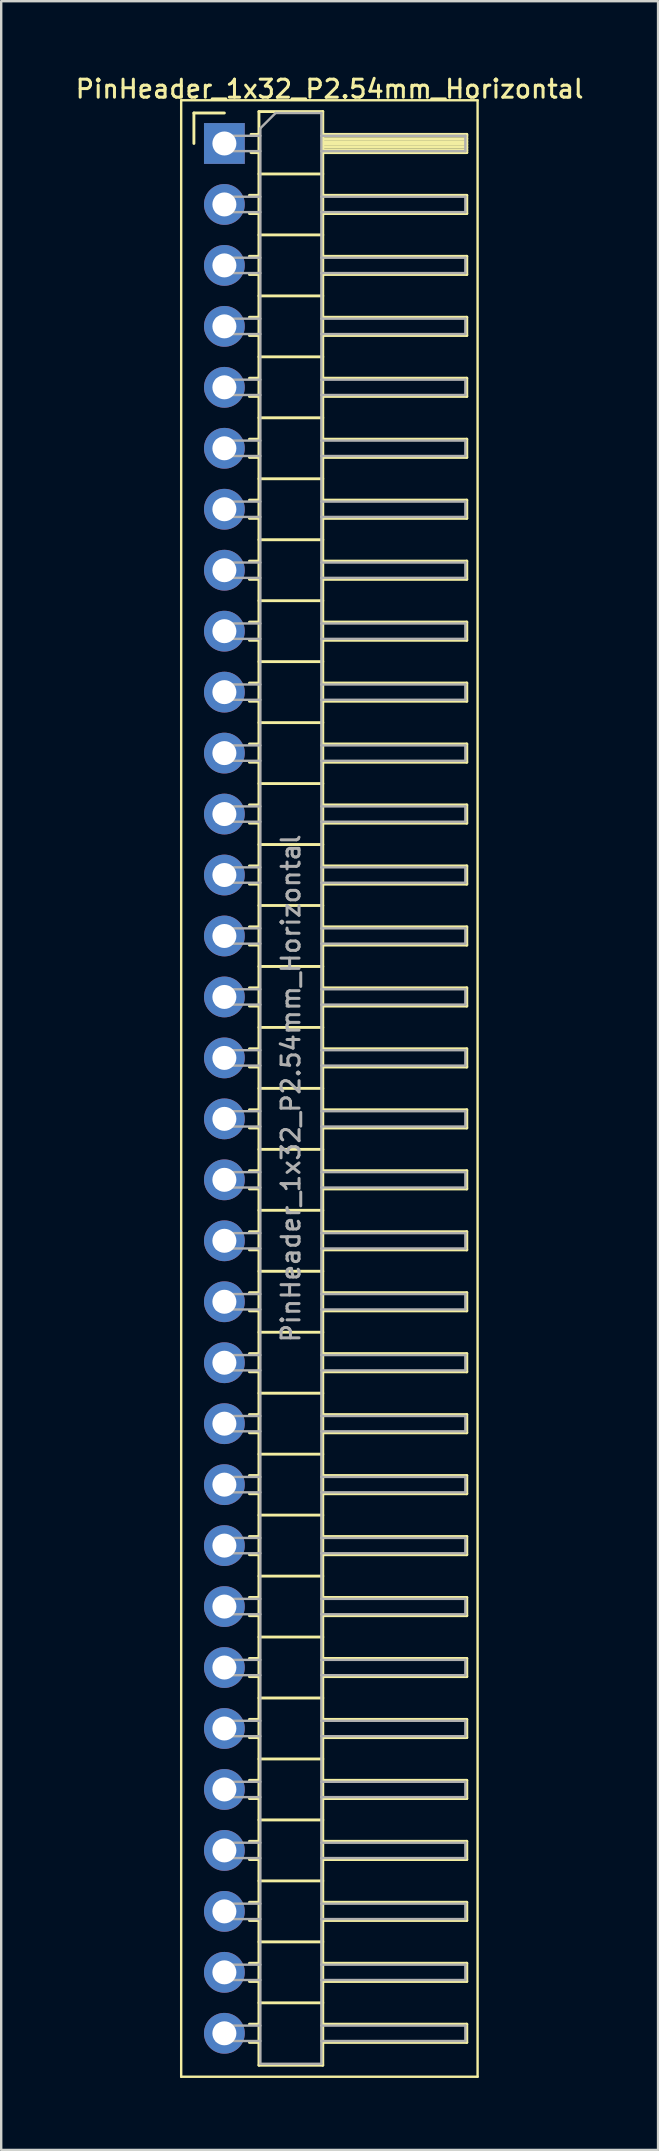
<source format=kicad_pcb>
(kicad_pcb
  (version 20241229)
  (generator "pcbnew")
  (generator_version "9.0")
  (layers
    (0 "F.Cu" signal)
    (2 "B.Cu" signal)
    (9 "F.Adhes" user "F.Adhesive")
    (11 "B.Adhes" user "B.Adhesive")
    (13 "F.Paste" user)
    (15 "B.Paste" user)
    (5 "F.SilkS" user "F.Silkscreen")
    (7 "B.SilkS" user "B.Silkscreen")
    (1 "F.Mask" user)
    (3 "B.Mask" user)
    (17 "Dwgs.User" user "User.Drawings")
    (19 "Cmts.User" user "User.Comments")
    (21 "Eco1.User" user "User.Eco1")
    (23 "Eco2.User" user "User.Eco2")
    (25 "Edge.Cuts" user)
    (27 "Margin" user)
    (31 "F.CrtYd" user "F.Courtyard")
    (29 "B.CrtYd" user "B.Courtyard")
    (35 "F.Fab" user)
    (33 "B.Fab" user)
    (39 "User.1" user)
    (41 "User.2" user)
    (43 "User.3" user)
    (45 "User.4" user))
  (footprint "PinHeader_1x32_P2.54mm_Horizontal"
    (layer "F.Cu")
    (at 6.299 2.928)
    (property "Reference" "PinHeader_1x32_P2.54mm_Horizontal" (at 4.385 -2.27 0) (layer "F.SilkS") (effects (font (size 0.75 0.75) (thickness 0.125))))
    (attr through_hole)
    (fp_line (start -1.8 -1.8) (end -1.8 80.55) (stroke (width 0.1) (type solid)) (layer "F.SilkS"))
    (fp_line (start -1.8 80.55) (end 10.55 80.55) (stroke (width 0.1) (type solid)) (layer "F.SilkS"))
    (fp_line (start -1.27 -1.27) (end 0 -1.27) (stroke (width 0.12) (type solid)) (layer "F.SilkS"))
    (fp_line (start -1.27 0) (end -1.27 -1.27) (stroke (width 0.12) (type solid)) (layer "F.SilkS"))
    (fp_line (start 1.043 2.16) (end 1.44 2.16) (stroke (width 0.12) (type solid)) (layer "F.SilkS"))
    (fp_line (start 1.043 2.92) (end 1.44 2.92) (stroke (width 0.12) (type solid)) (layer "F.SilkS"))
    (fp_line (start 1.043 4.7) (end 1.44 4.7) (stroke (width 0.12) (type solid)) (layer "F.SilkS"))
    (fp_line (start 1.043 5.46) (end 1.44 5.46) (stroke (width 0.12) (type solid)) (layer "F.SilkS"))
    (fp_line (start 1.043 7.24) (end 1.44 7.24) (stroke (width 0.12) (type solid)) (layer "F.SilkS"))
    (fp_line (start 1.043 8) (end 1.44 8) (stroke (width 0.12) (type solid)) (layer "F.SilkS"))
    (fp_line (start 1.043 9.78) (end 1.44 9.78) (stroke (width 0.12) (type solid)) (layer "F.SilkS"))
    (fp_line (start 1.043 10.54) (end 1.44 10.54) (stroke (width 0.12) (type solid)) (layer "F.SilkS"))
    (fp_line (start 1.043 12.32) (end 1.44 12.32) (stroke (width 0.12) (type solid)) (layer "F.SilkS"))
    (fp_line (start 1.043 13.08) (end 1.44 13.08) (stroke (width 0.12) (type solid)) (layer "F.SilkS"))
    (fp_line (start 1.043 14.86) (end 1.44 14.86) (stroke (width 0.12) (type solid)) (layer "F.SilkS"))
    (fp_line (start 1.043 15.62) (end 1.44 15.62) (stroke (width 0.12) (type solid)) (layer "F.SilkS"))
    (fp_line (start 1.043 17.4) (end 1.44 17.4) (stroke (width 0.12) (type solid)) (layer "F.SilkS"))
    (fp_line (start 1.043 18.16) (end 1.44 18.16) (stroke (width 0.12) (type solid)) (layer "F.SilkS"))
    (fp_line (start 1.043 19.94) (end 1.44 19.94) (stroke (width 0.12) (type solid)) (layer "F.SilkS"))
    (fp_line (start 1.043 20.7) (end 1.44 20.7) (stroke (width 0.12) (type solid)) (layer "F.SilkS"))
    (fp_line (start 1.043 22.48) (end 1.44 22.48) (stroke (width 0.12) (type solid)) (layer "F.SilkS"))
    (fp_line (start 1.043 23.24) (end 1.44 23.24) (stroke (width 0.12) (type solid)) (layer "F.SilkS"))
    (fp_line (start 1.043 25.02) (end 1.44 25.02) (stroke (width 0.12) (type solid)) (layer "F.SilkS"))
    (fp_line (start 1.043 25.78) (end 1.44 25.78) (stroke (width 0.12) (type solid)) (layer "F.SilkS"))
    (fp_line (start 1.043 27.56) (end 1.44 27.56) (stroke (width 0.12) (type solid)) (layer "F.SilkS"))
    (fp_line (start 1.043 28.32) (end 1.44 28.32) (stroke (width 0.12) (type solid)) (layer "F.SilkS"))
    (fp_line (start 1.043 30.1) (end 1.44 30.1) (stroke (width 0.12) (type solid)) (layer "F.SilkS"))
    (fp_line (start 1.043 30.86) (end 1.44 30.86) (stroke (width 0.12) (type solid)) (layer "F.SilkS"))
    (fp_line (start 1.043 32.64) (end 1.44 32.64) (stroke (width 0.12) (type solid)) (layer "F.SilkS"))
    (fp_line (start 1.043 33.4) (end 1.44 33.4) (stroke (width 0.12) (type solid)) (layer "F.SilkS"))
    (fp_line (start 1.043 35.18) (end 1.44 35.18) (stroke (width 0.12) (type solid)) (layer "F.SilkS"))
    (fp_line (start 1.043 35.94) (end 1.44 35.94) (stroke (width 0.12) (type solid)) (layer "F.SilkS"))
    (fp_line (start 1.043 37.72) (end 1.44 37.72) (stroke (width 0.12) (type solid)) (layer "F.SilkS"))
    (fp_line (start 1.043 38.48) (end 1.44 38.48) (stroke (width 0.12) (type solid)) (layer "F.SilkS"))
    (fp_line (start 1.043 40.26) (end 1.44 40.26) (stroke (width 0.12) (type solid)) (layer "F.SilkS"))
    (fp_line (start 1.043 41.02) (end 1.44 41.02) (stroke (width 0.12) (type solid)) (layer "F.SilkS"))
    (fp_line (start 1.043 42.8) (end 1.44 42.8) (stroke (width 0.12) (type solid)) (layer "F.SilkS"))
    (fp_line (start 1.043 43.56) (end 1.44 43.56) (stroke (width 0.12) (type solid)) (layer "F.SilkS"))
    (fp_line (start 1.043 45.34) (end 1.44 45.34) (stroke (width 0.12) (type solid)) (layer "F.SilkS"))
    (fp_line (start 1.043 46.1) (end 1.44 46.1) (stroke (width 0.12) (type solid)) (layer "F.SilkS"))
    (fp_line (start 1.043 47.88) (end 1.44 47.88) (stroke (width 0.12) (type solid)) (layer "F.SilkS"))
    (fp_line (start 1.043 48.64) (end 1.44 48.64) (stroke (width 0.12) (type solid)) (layer "F.SilkS"))
    (fp_line (start 1.043 50.42) (end 1.44 50.42) (stroke (width 0.12) (type solid)) (layer "F.SilkS"))
    (fp_line (start 1.043 51.18) (end 1.44 51.18) (stroke (width 0.12) (type solid)) (layer "F.SilkS"))
    (fp_line (start 1.043 52.96) (end 1.44 52.96) (stroke (width 0.12) (type solid)) (layer "F.SilkS"))
    (fp_line (start 1.043 53.72) (end 1.44 53.72) (stroke (width 0.12) (type solid)) (layer "F.SilkS"))
    (fp_line (start 1.043 55.5) (end 1.44 55.5) (stroke (width 0.12) (type solid)) (layer "F.SilkS"))
    (fp_line (start 1.043 56.26) (end 1.44 56.26) (stroke (width 0.12) (type solid)) (layer "F.SilkS"))
    (fp_line (start 1.043 58.04) (end 1.44 58.04) (stroke (width 0.12) (type solid)) (layer "F.SilkS"))
    (fp_line (start 1.043 58.8) (end 1.44 58.8) (stroke (width 0.12) (type solid)) (layer "F.SilkS"))
    (fp_line (start 1.043 60.58) (end 1.44 60.58) (stroke (width 0.12) (type solid)) (layer "F.SilkS"))
    (fp_line (start 1.043 61.34) (end 1.44 61.34) (stroke (width 0.12) (type solid)) (layer "F.SilkS"))
    (fp_line (start 1.043 63.12) (end 1.44 63.12) (stroke (width 0.12) (type solid)) (layer "F.SilkS"))
    (fp_line (start 1.043 63.88) (end 1.44 63.88) (stroke (width 0.12) (type solid)) (layer "F.SilkS"))
    (fp_line (start 1.043 65.66) (end 1.44 65.66) (stroke (width 0.12) (type solid)) (layer "F.SilkS"))
    (fp_line (start 1.043 66.42) (end 1.44 66.42) (stroke (width 0.12) (type solid)) (layer "F.SilkS"))
    (fp_line (start 1.043 68.2) (end 1.44 68.2) (stroke (width 0.12) (type solid)) (layer "F.SilkS"))
    (fp_line (start 1.043 68.96) (end 1.44 68.96) (stroke (width 0.12) (type solid)) (layer "F.SilkS"))
    (fp_line (start 1.043 70.74) (end 1.44 70.74) (stroke (width 0.12) (type solid)) (layer "F.SilkS"))
    (fp_line (start 1.043 71.5) (end 1.44 71.5) (stroke (width 0.12) (type solid)) (layer "F.SilkS"))
    (fp_line (start 1.043 73.28) (end 1.44 73.28) (stroke (width 0.12) (type solid)) (layer "F.SilkS"))
    (fp_line (start 1.043 74.04) (end 1.44 74.04) (stroke (width 0.12) (type solid)) (layer "F.SilkS"))
    (fp_line (start 1.043 75.82) (end 1.44 75.82) (stroke (width 0.12) (type solid)) (layer "F.SilkS"))
    (fp_line (start 1.043 76.58) (end 1.44 76.58) (stroke (width 0.12) (type solid)) (layer "F.SilkS"))
    (fp_line (start 1.043 78.36) (end 1.44 78.36) (stroke (width 0.12) (type solid)) (layer "F.SilkS"))
    (fp_line (start 1.043 79.12) (end 1.44 79.12) (stroke (width 0.12) (type solid)) (layer "F.SilkS"))
    (fp_line (start 1.11 -0.38) (end 1.44 -0.38) (stroke (width 0.12) (type solid)) (layer "F.SilkS"))
    (fp_line (start 1.11 0.38) (end 1.44 0.38) (stroke (width 0.12) (type solid)) (layer "F.SilkS"))
    (fp_line (start 1.44 -1.33) (end 1.44 80.07) (stroke (width 0.12) (type solid)) (layer "F.SilkS"))
    (fp_line (start 1.44 1.27) (end 4.1 1.27) (stroke (width 0.12) (type solid)) (layer "F.SilkS"))
    (fp_line (start 1.44 3.81) (end 4.1 3.81) (stroke (width 0.12) (type solid)) (layer "F.SilkS"))
    (fp_line (start 1.44 6.35) (end 4.1 6.35) (stroke (width 0.12) (type solid)) (layer "F.SilkS"))
    (fp_line (start 1.44 8.89) (end 4.1 8.89) (stroke (width 0.12) (type solid)) (layer "F.SilkS"))
    (fp_line (start 1.44 11.43) (end 4.1 11.43) (stroke (width 0.12) (type solid)) (layer "F.SilkS"))
    (fp_line (start 1.44 13.97) (end 4.1 13.97) (stroke (width 0.12) (type solid)) (layer "F.SilkS"))
    (fp_line (start 1.44 16.51) (end 4.1 16.51) (stroke (width 0.12) (type solid)) (layer "F.SilkS"))
    (fp_line (start 1.44 19.05) (end 4.1 19.05) (stroke (width 0.12) (type solid)) (layer "F.SilkS"))
    (fp_line (start 1.44 21.59) (end 4.1 21.59) (stroke (width 0.12) (type solid)) (layer "F.SilkS"))
    (fp_line (start 1.44 24.13) (end 4.1 24.13) (stroke (width 0.12) (type solid)) (layer "F.SilkS"))
    (fp_line (start 1.44 26.67) (end 4.1 26.67) (stroke (width 0.12) (type solid)) (layer "F.SilkS"))
    (fp_line (start 1.44 29.21) (end 4.1 29.21) (stroke (width 0.12) (type solid)) (layer "F.SilkS"))
    (fp_line (start 1.44 31.75) (end 4.1 31.75) (stroke (width 0.12) (type solid)) (layer "F.SilkS"))
    (fp_line (start 1.44 34.29) (end 4.1 34.29) (stroke (width 0.12) (type solid)) (layer "F.SilkS"))
    (fp_line (start 1.44 36.83) (end 4.1 36.83) (stroke (width 0.12) (type solid)) (layer "F.SilkS"))
    (fp_line (start 1.44 39.37) (end 4.1 39.37) (stroke (width 0.12) (type solid)) (layer "F.SilkS"))
    (fp_line (start 1.44 41.91) (end 4.1 41.91) (stroke (width 0.12) (type solid)) (layer "F.SilkS"))
    (fp_line (start 1.44 44.45) (end 4.1 44.45) (stroke (width 0.12) (type solid)) (layer "F.SilkS"))
    (fp_line (start 1.44 46.99) (end 4.1 46.99) (stroke (width 0.12) (type solid)) (layer "F.SilkS"))
    (fp_line (start 1.44 49.53) (end 4.1 49.53) (stroke (width 0.12) (type solid)) (layer "F.SilkS"))
    (fp_line (start 1.44 52.07) (end 4.1 52.07) (stroke (width 0.12) (type solid)) (layer "F.SilkS"))
    (fp_line (start 1.44 54.61) (end 4.1 54.61) (stroke (width 0.12) (type solid)) (layer "F.SilkS"))
    (fp_line (start 1.44 57.15) (end 4.1 57.15) (stroke (width 0.12) (type solid)) (layer "F.SilkS"))
    (fp_line (start 1.44 59.69) (end 4.1 59.69) (stroke (width 0.12) (type solid)) (layer "F.SilkS"))
    (fp_line (start 1.44 62.23) (end 4.1 62.23) (stroke (width 0.12) (type solid)) (layer "F.SilkS"))
    (fp_line (start 1.44 64.77) (end 4.1 64.77) (stroke (width 0.12) (type solid)) (layer "F.SilkS"))
    (fp_line (start 1.44 67.31) (end 4.1 67.31) (stroke (width 0.12) (type solid)) (layer "F.SilkS"))
    (fp_line (start 1.44 69.85) (end 4.1 69.85) (stroke (width 0.12) (type solid)) (layer "F.SilkS"))
    (fp_line (start 1.44 72.39) (end 4.1 72.39) (stroke (width 0.12) (type solid)) (layer "F.SilkS"))
    (fp_line (start 1.44 74.93) (end 4.1 74.93) (stroke (width 0.12) (type solid)) (layer "F.SilkS"))
    (fp_line (start 1.44 77.47) (end 4.1 77.47) (stroke (width 0.12) (type solid)) (layer "F.SilkS"))
    (fp_line (start 1.44 80.07) (end 4.1 80.07) (stroke (width 0.12) (type solid)) (layer "F.SilkS"))
    (fp_line (start 4.1 -1.33) (end 1.44 -1.33) (stroke (width 0.12) (type solid)) (layer "F.SilkS"))
    (fp_line (start 4.1 -0.38) (end 10.1 -0.38) (stroke (width 0.12) (type solid)) (layer "F.SilkS"))
    (fp_line (start 4.1 -0.32) (end 10.1 -0.32) (stroke (width 0.12) (type solid)) (layer "F.SilkS"))
    (fp_line (start 4.1 -0.2) (end 10.1 -0.2) (stroke (width 0.12) (type solid)) (layer "F.SilkS"))
    (fp_line (start 4.1 -0.08) (end 10.1 -0.08) (stroke (width 0.12) (type solid)) (layer "F.SilkS"))
    (fp_line (start 4.1 0.04) (end 10.1 0.04) (stroke (width 0.12) (type solid)) (layer "F.SilkS"))
    (fp_line (start 4.1 0.16) (end 10.1 0.16) (stroke (width 0.12) (type solid)) (layer "F.SilkS"))
    (fp_line (start 4.1 0.28) (end 10.1 0.28) (stroke (width 0.12) (type solid)) (layer "F.SilkS"))
    (fp_line (start 4.1 2.16) (end 10.1 2.16) (stroke (width 0.12) (type solid)) (layer "F.SilkS"))
    (fp_line (start 4.1 4.7) (end 10.1 4.7) (stroke (width 0.12) (type solid)) (layer "F.SilkS"))
    (fp_line (start 4.1 7.24) (end 10.1 7.24) (stroke (width 0.12) (type solid)) (layer "F.SilkS"))
    (fp_line (start 4.1 9.78) (end 10.1 9.78) (stroke (width 0.12) (type solid)) (layer "F.SilkS"))
    (fp_line (start 4.1 12.32) (end 10.1 12.32) (stroke (width 0.12) (type solid)) (layer "F.SilkS"))
    (fp_line (start 4.1 14.86) (end 10.1 14.86) (stroke (width 0.12) (type solid)) (layer "F.SilkS"))
    (fp_line (start 4.1 17.4) (end 10.1 17.4) (stroke (width 0.12) (type solid)) (layer "F.SilkS"))
    (fp_line (start 4.1 19.94) (end 10.1 19.94) (stroke (width 0.12) (type solid)) (layer "F.SilkS"))
    (fp_line (start 4.1 22.48) (end 10.1 22.48) (stroke (width 0.12) (type solid)) (layer "F.SilkS"))
    (fp_line (start 4.1 25.02) (end 10.1 25.02) (stroke (width 0.12) (type solid)) (layer "F.SilkS"))
    (fp_line (start 4.1 27.56) (end 10.1 27.56) (stroke (width 0.12) (type solid)) (layer "F.SilkS"))
    (fp_line (start 4.1 30.1) (end 10.1 30.1) (stroke (width 0.12) (type solid)) (layer "F.SilkS"))
    (fp_line (start 4.1 32.64) (end 10.1 32.64) (stroke (width 0.12) (type solid)) (layer "F.SilkS"))
    (fp_line (start 4.1 35.18) (end 10.1 35.18) (stroke (width 0.12) (type solid)) (layer "F.SilkS"))
    (fp_line (start 4.1 37.72) (end 10.1 37.72) (stroke (width 0.12) (type solid)) (layer "F.SilkS"))
    (fp_line (start 4.1 40.26) (end 10.1 40.26) (stroke (width 0.12) (type solid)) (layer "F.SilkS"))
    (fp_line (start 4.1 42.8) (end 10.1 42.8) (stroke (width 0.12) (type solid)) (layer "F.SilkS"))
    (fp_line (start 4.1 45.34) (end 10.1 45.34) (stroke (width 0.12) (type solid)) (layer "F.SilkS"))
    (fp_line (start 4.1 47.88) (end 10.1 47.88) (stroke (width 0.12) (type solid)) (layer "F.SilkS"))
    (fp_line (start 4.1 50.42) (end 10.1 50.42) (stroke (width 0.12) (type solid)) (layer "F.SilkS"))
    (fp_line (start 4.1 52.96) (end 10.1 52.96) (stroke (width 0.12) (type solid)) (layer "F.SilkS"))
    (fp_line (start 4.1 55.5) (end 10.1 55.5) (stroke (width 0.12) (type solid)) (layer "F.SilkS"))
    (fp_line (start 4.1 58.04) (end 10.1 58.04) (stroke (width 0.12) (type solid)) (layer "F.SilkS"))
    (fp_line (start 4.1 60.58) (end 10.1 60.58) (stroke (width 0.12) (type solid)) (layer "F.SilkS"))
    (fp_line (start 4.1 63.12) (end 10.1 63.12) (stroke (width 0.12) (type solid)) (layer "F.SilkS"))
    (fp_line (start 4.1 65.66) (end 10.1 65.66) (stroke (width 0.12) (type solid)) (layer "F.SilkS"))
    (fp_line (start 4.1 68.2) (end 10.1 68.2) (stroke (width 0.12) (type solid)) (layer "F.SilkS"))
    (fp_line (start 4.1 70.74) (end 10.1 70.74) (stroke (width 0.12) (type solid)) (layer "F.SilkS"))
    (fp_line (start 4.1 73.28) (end 10.1 73.28) (stroke (width 0.12) (type solid)) (layer "F.SilkS"))
    (fp_line (start 4.1 75.82) (end 10.1 75.82) (stroke (width 0.12) (type solid)) (layer "F.SilkS"))
    (fp_line (start 4.1 78.36) (end 10.1 78.36) (stroke (width 0.12) (type solid)) (layer "F.SilkS"))
    (fp_line (start 4.1 80.07) (end 4.1 -1.33) (stroke (width 0.12) (type solid)) (layer "F.SilkS"))
    (fp_line (start 10.1 -0.38) (end 10.1 0.38) (stroke (width 0.12) (type solid)) (layer "F.SilkS"))
    (fp_line (start 10.1 0.38) (end 4.1 0.38) (stroke (width 0.12) (type solid)) (layer "F.SilkS"))
    (fp_line (start 10.1 2.16) (end 10.1 2.92) (stroke (width 0.12) (type solid)) (layer "F.SilkS"))
    (fp_line (start 10.1 2.92) (end 4.1 2.92) (stroke (width 0.12) (type solid)) (layer "F.SilkS"))
    (fp_line (start 10.1 4.7) (end 10.1 5.46) (stroke (width 0.12) (type solid)) (layer "F.SilkS"))
    (fp_line (start 10.1 5.46) (end 4.1 5.46) (stroke (width 0.12) (type solid)) (layer "F.SilkS"))
    (fp_line (start 10.1 7.24) (end 10.1 8) (stroke (width 0.12) (type solid)) (layer "F.SilkS"))
    (fp_line (start 10.1 8) (end 4.1 8) (stroke (width 0.12) (type solid)) (layer "F.SilkS"))
    (fp_line (start 10.1 9.78) (end 10.1 10.54) (stroke (width 0.12) (type solid)) (layer "F.SilkS"))
    (fp_line (start 10.1 10.54) (end 4.1 10.54) (stroke (width 0.12) (type solid)) (layer "F.SilkS"))
    (fp_line (start 10.1 12.32) (end 10.1 13.08) (stroke (width 0.12) (type solid)) (layer "F.SilkS"))
    (fp_line (start 10.1 13.08) (end 4.1 13.08) (stroke (width 0.12) (type solid)) (layer "F.SilkS"))
    (fp_line (start 10.1 14.86) (end 10.1 15.62) (stroke (width 0.12) (type solid)) (layer "F.SilkS"))
    (fp_line (start 10.1 15.62) (end 4.1 15.62) (stroke (width 0.12) (type solid)) (layer "F.SilkS"))
    (fp_line (start 10.1 17.4) (end 10.1 18.16) (stroke (width 0.12) (type solid)) (layer "F.SilkS"))
    (fp_line (start 10.1 18.16) (end 4.1 18.16) (stroke (width 0.12) (type solid)) (layer "F.SilkS"))
    (fp_line (start 10.1 19.94) (end 10.1 20.7) (stroke (width 0.12) (type solid)) (layer "F.SilkS"))
    (fp_line (start 10.1 20.7) (end 4.1 20.7) (stroke (width 0.12) (type solid)) (layer "F.SilkS"))
    (fp_line (start 10.1 22.48) (end 10.1 23.24) (stroke (width 0.12) (type solid)) (layer "F.SilkS"))
    (fp_line (start 10.1 23.24) (end 4.1 23.24) (stroke (width 0.12) (type solid)) (layer "F.SilkS"))
    (fp_line (start 10.1 25.02) (end 10.1 25.78) (stroke (width 0.12) (type solid)) (layer "F.SilkS"))
    (fp_line (start 10.1 25.78) (end 4.1 25.78) (stroke (width 0.12) (type solid)) (layer "F.SilkS"))
    (fp_line (start 10.1 27.56) (end 10.1 28.32) (stroke (width 0.12) (type solid)) (layer "F.SilkS"))
    (fp_line (start 10.1 28.32) (end 4.1 28.32) (stroke (width 0.12) (type solid)) (layer "F.SilkS"))
    (fp_line (start 10.1 30.1) (end 10.1 30.86) (stroke (width 0.12) (type solid)) (layer "F.SilkS"))
    (fp_line (start 10.1 30.86) (end 4.1 30.86) (stroke (width 0.12) (type solid)) (layer "F.SilkS"))
    (fp_line (start 10.1 32.64) (end 10.1 33.4) (stroke (width 0.12) (type solid)) (layer "F.SilkS"))
    (fp_line (start 10.1 33.4) (end 4.1 33.4) (stroke (width 0.12) (type solid)) (layer "F.SilkS"))
    (fp_line (start 10.1 35.18) (end 10.1 35.94) (stroke (width 0.12) (type solid)) (layer "F.SilkS"))
    (fp_line (start 10.1 35.94) (end 4.1 35.94) (stroke (width 0.12) (type solid)) (layer "F.SilkS"))
    (fp_line (start 10.1 37.72) (end 10.1 38.48) (stroke (width 0.12) (type solid)) (layer "F.SilkS"))
    (fp_line (start 10.1 38.48) (end 4.1 38.48) (stroke (width 0.12) (type solid)) (layer "F.SilkS"))
    (fp_line (start 10.1 40.26) (end 10.1 41.02) (stroke (width 0.12) (type solid)) (layer "F.SilkS"))
    (fp_line (start 10.1 41.02) (end 4.1 41.02) (stroke (width 0.12) (type solid)) (layer "F.SilkS"))
    (fp_line (start 10.1 42.8) (end 10.1 43.56) (stroke (width 0.12) (type solid)) (layer "F.SilkS"))
    (fp_line (start 10.1 43.56) (end 4.1 43.56) (stroke (width 0.12) (type solid)) (layer "F.SilkS"))
    (fp_line (start 10.1 45.34) (end 10.1 46.1) (stroke (width 0.12) (type solid)) (layer "F.SilkS"))
    (fp_line (start 10.1 46.1) (end 4.1 46.1) (stroke (width 0.12) (type solid)) (layer "F.SilkS"))
    (fp_line (start 10.1 47.88) (end 10.1 48.64) (stroke (width 0.12) (type solid)) (layer "F.SilkS"))
    (fp_line (start 10.1 48.64) (end 4.1 48.64) (stroke (width 0.12) (type solid)) (layer "F.SilkS"))
    (fp_line (start 10.1 50.42) (end 10.1 51.18) (stroke (width 0.12) (type solid)) (layer "F.SilkS"))
    (fp_line (start 10.1 51.18) (end 4.1 51.18) (stroke (width 0.12) (type solid)) (layer "F.SilkS"))
    (fp_line (start 10.1 52.96) (end 10.1 53.72) (stroke (width 0.12) (type solid)) (layer "F.SilkS"))
    (fp_line (start 10.1 53.72) (end 4.1 53.72) (stroke (width 0.12) (type solid)) (layer "F.SilkS"))
    (fp_line (start 10.1 55.5) (end 10.1 56.26) (stroke (width 0.12) (type solid)) (layer "F.SilkS"))
    (fp_line (start 10.1 56.26) (end 4.1 56.26) (stroke (width 0.12) (type solid)) (layer "F.SilkS"))
    (fp_line (start 10.1 58.04) (end 10.1 58.8) (stroke (width 0.12) (type solid)) (layer "F.SilkS"))
    (fp_line (start 10.1 58.8) (end 4.1 58.8) (stroke (width 0.12) (type solid)) (layer "F.SilkS"))
    (fp_line (start 10.1 60.58) (end 10.1 61.34) (stroke (width 0.12) (type solid)) (layer "F.SilkS"))
    (fp_line (start 10.1 61.34) (end 4.1 61.34) (stroke (width 0.12) (type solid)) (layer "F.SilkS"))
    (fp_line (start 10.1 63.12) (end 10.1 63.88) (stroke (width 0.12) (type solid)) (layer "F.SilkS"))
    (fp_line (start 10.1 63.88) (end 4.1 63.88) (stroke (width 0.12) (type solid)) (layer "F.SilkS"))
    (fp_line (start 10.1 65.66) (end 10.1 66.42) (stroke (width 0.12) (type solid)) (layer "F.SilkS"))
    (fp_line (start 10.1 66.42) (end 4.1 66.42) (stroke (width 0.12) (type solid)) (layer "F.SilkS"))
    (fp_line (start 10.1 68.2) (end 10.1 68.96) (stroke (width 0.12) (type solid)) (layer "F.SilkS"))
    (fp_line (start 10.1 68.96) (end 4.1 68.96) (stroke (width 0.12) (type solid)) (layer "F.SilkS"))
    (fp_line (start 10.1 70.74) (end 10.1 71.5) (stroke (width 0.12) (type solid)) (layer "F.SilkS"))
    (fp_line (start 10.1 71.5) (end 4.1 71.5) (stroke (width 0.12) (type solid)) (layer "F.SilkS"))
    (fp_line (start 10.1 73.28) (end 10.1 74.04) (stroke (width 0.12) (type solid)) (layer "F.SilkS"))
    (fp_line (start 10.1 74.04) (end 4.1 74.04) (stroke (width 0.12) (type solid)) (layer "F.SilkS"))
    (fp_line (start 10.1 75.82) (end 10.1 76.58) (stroke (width 0.12) (type solid)) (layer "F.SilkS"))
    (fp_line (start 10.1 76.58) (end 4.1 76.58) (stroke (width 0.12) (type solid)) (layer "F.SilkS"))
    (fp_line (start 10.1 78.36) (end 10.1 79.12) (stroke (width 0.12) (type solid)) (layer "F.SilkS"))
    (fp_line (start 10.1 79.12) (end 4.1 79.12) (stroke (width 0.12) (type solid)) (layer "F.SilkS"))
    (fp_line (start 10.55 -1.8) (end -1.8 -1.8) (stroke (width 0.1) (type solid)) (layer "F.SilkS"))
    (fp_line (start 10.55 80.55) (end 10.55 -1.8) (stroke (width 0.1) (type solid)) (layer "F.SilkS"))
    (fp_line (start -0.32 -0.32) (end -0.32 0.32) (stroke (width 0.1) (type solid)) (layer "F.Fab"))
    (fp_line (start -0.32 -0.32) (end 1.5 -0.32) (stroke (width 0.1) (type solid)) (layer "F.Fab"))
    (fp_line (start -0.32 0.32) (end 1.5 0.32) (stroke (width 0.1) (type solid)) (layer "F.Fab"))
    (fp_line (start -0.32 2.22) (end -0.32 2.86) (stroke (width 0.1) (type solid)) (layer "F.Fab"))
    (fp_line (start -0.32 2.22) (end 1.5 2.22) (stroke (width 0.1) (type solid)) (layer "F.Fab"))
    (fp_line (start -0.32 2.86) (end 1.5 2.86) (stroke (width 0.1) (type solid)) (layer "F.Fab"))
    (fp_line (start -0.32 4.76) (end -0.32 5.4) (stroke (width 0.1) (type solid)) (layer "F.Fab"))
    (fp_line (start -0.32 4.76) (end 1.5 4.76) (stroke (width 0.1) (type solid)) (layer "F.Fab"))
    (fp_line (start -0.32 5.4) (end 1.5 5.4) (stroke (width 0.1) (type solid)) (layer "F.Fab"))
    (fp_line (start -0.32 7.3) (end -0.32 7.94) (stroke (width 0.1) (type solid)) (layer "F.Fab"))
    (fp_line (start -0.32 7.3) (end 1.5 7.3) (stroke (width 0.1) (type solid)) (layer "F.Fab"))
    (fp_line (start -0.32 7.94) (end 1.5 7.94) (stroke (width 0.1) (type solid)) (layer "F.Fab"))
    (fp_line (start -0.32 9.84) (end -0.32 10.48) (stroke (width 0.1) (type solid)) (layer "F.Fab"))
    (fp_line (start -0.32 9.84) (end 1.5 9.84) (stroke (width 0.1) (type solid)) (layer "F.Fab"))
    (fp_line (start -0.32 10.48) (end 1.5 10.48) (stroke (width 0.1) (type solid)) (layer "F.Fab"))
    (fp_line (start -0.32 12.38) (end -0.32 13.02) (stroke (width 0.1) (type solid)) (layer "F.Fab"))
    (fp_line (start -0.32 12.38) (end 1.5 12.38) (stroke (width 0.1) (type solid)) (layer "F.Fab"))
    (fp_line (start -0.32 13.02) (end 1.5 13.02) (stroke (width 0.1) (type solid)) (layer "F.Fab"))
    (fp_line (start -0.32 14.92) (end -0.32 15.56) (stroke (width 0.1) (type solid)) (layer "F.Fab"))
    (fp_line (start -0.32 14.92) (end 1.5 14.92) (stroke (width 0.1) (type solid)) (layer "F.Fab"))
    (fp_line (start -0.32 15.56) (end 1.5 15.56) (stroke (width 0.1) (type solid)) (layer "F.Fab"))
    (fp_line (start -0.32 17.46) (end -0.32 18.1) (stroke (width 0.1) (type solid)) (layer "F.Fab"))
    (fp_line (start -0.32 17.46) (end 1.5 17.46) (stroke (width 0.1) (type solid)) (layer "F.Fab"))
    (fp_line (start -0.32 18.1) (end 1.5 18.1) (stroke (width 0.1) (type solid)) (layer "F.Fab"))
    (fp_line (start -0.32 20) (end -0.32 20.64) (stroke (width 0.1) (type solid)) (layer "F.Fab"))
    (fp_line (start -0.32 20) (end 1.5 20) (stroke (width 0.1) (type solid)) (layer "F.Fab"))
    (fp_line (start -0.32 20.64) (end 1.5 20.64) (stroke (width 0.1) (type solid)) (layer "F.Fab"))
    (fp_line (start -0.32 22.54) (end -0.32 23.18) (stroke (width 0.1) (type solid)) (layer "F.Fab"))
    (fp_line (start -0.32 22.54) (end 1.5 22.54) (stroke (width 0.1) (type solid)) (layer "F.Fab"))
    (fp_line (start -0.32 23.18) (end 1.5 23.18) (stroke (width 0.1) (type solid)) (layer "F.Fab"))
    (fp_line (start -0.32 25.08) (end -0.32 25.72) (stroke (width 0.1) (type solid)) (layer "F.Fab"))
    (fp_line (start -0.32 25.08) (end 1.5 25.08) (stroke (width 0.1) (type solid)) (layer "F.Fab"))
    (fp_line (start -0.32 25.72) (end 1.5 25.72) (stroke (width 0.1) (type solid)) (layer "F.Fab"))
    (fp_line (start -0.32 27.62) (end -0.32 28.26) (stroke (width 0.1) (type solid)) (layer "F.Fab"))
    (fp_line (start -0.32 27.62) (end 1.5 27.62) (stroke (width 0.1) (type solid)) (layer "F.Fab"))
    (fp_line (start -0.32 28.26) (end 1.5 28.26) (stroke (width 0.1) (type solid)) (layer "F.Fab"))
    (fp_line (start -0.32 30.16) (end -0.32 30.8) (stroke (width 0.1) (type solid)) (layer "F.Fab"))
    (fp_line (start -0.32 30.16) (end 1.5 30.16) (stroke (width 0.1) (type solid)) (layer "F.Fab"))
    (fp_line (start -0.32 30.8) (end 1.5 30.8) (stroke (width 0.1) (type solid)) (layer "F.Fab"))
    (fp_line (start -0.32 32.7) (end -0.32 33.34) (stroke (width 0.1) (type solid)) (layer "F.Fab"))
    (fp_line (start -0.32 32.7) (end 1.5 32.7) (stroke (width 0.1) (type solid)) (layer "F.Fab"))
    (fp_line (start -0.32 33.34) (end 1.5 33.34) (stroke (width 0.1) (type solid)) (layer "F.Fab"))
    (fp_line (start -0.32 35.24) (end -0.32 35.88) (stroke (width 0.1) (type solid)) (layer "F.Fab"))
    (fp_line (start -0.32 35.24) (end 1.5 35.24) (stroke (width 0.1) (type solid)) (layer "F.Fab"))
    (fp_line (start -0.32 35.88) (end 1.5 35.88) (stroke (width 0.1) (type solid)) (layer "F.Fab"))
    (fp_line (start -0.32 37.78) (end -0.32 38.42) (stroke (width 0.1) (type solid)) (layer "F.Fab"))
    (fp_line (start -0.32 37.78) (end 1.5 37.78) (stroke (width 0.1) (type solid)) (layer "F.Fab"))
    (fp_line (start -0.32 38.42) (end 1.5 38.42) (stroke (width 0.1) (type solid)) (layer "F.Fab"))
    (fp_line (start -0.32 40.32) (end -0.32 40.96) (stroke (width 0.1) (type solid)) (layer "F.Fab"))
    (fp_line (start -0.32 40.32) (end 1.5 40.32) (stroke (width 0.1) (type solid)) (layer "F.Fab"))
    (fp_line (start -0.32 40.96) (end 1.5 40.96) (stroke (width 0.1) (type solid)) (layer "F.Fab"))
    (fp_line (start -0.32 42.86) (end -0.32 43.5) (stroke (width 0.1) (type solid)) (layer "F.Fab"))
    (fp_line (start -0.32 42.86) (end 1.5 42.86) (stroke (width 0.1) (type solid)) (layer "F.Fab"))
    (fp_line (start -0.32 43.5) (end 1.5 43.5) (stroke (width 0.1) (type solid)) (layer "F.Fab"))
    (fp_line (start -0.32 45.4) (end -0.32 46.04) (stroke (width 0.1) (type solid)) (layer "F.Fab"))
    (fp_line (start -0.32 45.4) (end 1.5 45.4) (stroke (width 0.1) (type solid)) (layer "F.Fab"))
    (fp_line (start -0.32 46.04) (end 1.5 46.04) (stroke (width 0.1) (type solid)) (layer "F.Fab"))
    (fp_line (start -0.32 47.94) (end -0.32 48.58) (stroke (width 0.1) (type solid)) (layer "F.Fab"))
    (fp_line (start -0.32 47.94) (end 1.5 47.94) (stroke (width 0.1) (type solid)) (layer "F.Fab"))
    (fp_line (start -0.32 48.58) (end 1.5 48.58) (stroke (width 0.1) (type solid)) (layer "F.Fab"))
    (fp_line (start -0.32 50.48) (end -0.32 51.12) (stroke (width 0.1) (type solid)) (layer "F.Fab"))
    (fp_line (start -0.32 50.48) (end 1.5 50.48) (stroke (width 0.1) (type solid)) (layer "F.Fab"))
    (fp_line (start -0.32 51.12) (end 1.5 51.12) (stroke (width 0.1) (type solid)) (layer "F.Fab"))
    (fp_line (start -0.32 53.02) (end -0.32 53.66) (stroke (width 0.1) (type solid)) (layer "F.Fab"))
    (fp_line (start -0.32 53.02) (end 1.5 53.02) (stroke (width 0.1) (type solid)) (layer "F.Fab"))
    (fp_line (start -0.32 53.66) (end 1.5 53.66) (stroke (width 0.1) (type solid)) (layer "F.Fab"))
    (fp_line (start -0.32 55.56) (end -0.32 56.2) (stroke (width 0.1) (type solid)) (layer "F.Fab"))
    (fp_line (start -0.32 55.56) (end 1.5 55.56) (stroke (width 0.1) (type solid)) (layer "F.Fab"))
    (fp_line (start -0.32 56.2) (end 1.5 56.2) (stroke (width 0.1) (type solid)) (layer "F.Fab"))
    (fp_line (start -0.32 58.1) (end -0.32 58.74) (stroke (width 0.1) (type solid)) (layer "F.Fab"))
    (fp_line (start -0.32 58.1) (end 1.5 58.1) (stroke (width 0.1) (type solid)) (layer "F.Fab"))
    (fp_line (start -0.32 58.74) (end 1.5 58.74) (stroke (width 0.1) (type solid)) (layer "F.Fab"))
    (fp_line (start -0.32 60.64) (end -0.32 61.28) (stroke (width 0.1) (type solid)) (layer "F.Fab"))
    (fp_line (start -0.32 60.64) (end 1.5 60.64) (stroke (width 0.1) (type solid)) (layer "F.Fab"))
    (fp_line (start -0.32 61.28) (end 1.5 61.28) (stroke (width 0.1) (type solid)) (layer "F.Fab"))
    (fp_line (start -0.32 63.18) (end -0.32 63.82) (stroke (width 0.1) (type solid)) (layer "F.Fab"))
    (fp_line (start -0.32 63.18) (end 1.5 63.18) (stroke (width 0.1) (type solid)) (layer "F.Fab"))
    (fp_line (start -0.32 63.82) (end 1.5 63.82) (stroke (width 0.1) (type solid)) (layer "F.Fab"))
    (fp_line (start -0.32 65.72) (end -0.32 66.36) (stroke (width 0.1) (type solid)) (layer "F.Fab"))
    (fp_line (start -0.32 65.72) (end 1.5 65.72) (stroke (width 0.1) (type solid)) (layer "F.Fab"))
    (fp_line (start -0.32 66.36) (end 1.5 66.36) (stroke (width 0.1) (type solid)) (layer "F.Fab"))
    (fp_line (start -0.32 68.26) (end -0.32 68.9) (stroke (width 0.1) (type solid)) (layer "F.Fab"))
    (fp_line (start -0.32 68.26) (end 1.5 68.26) (stroke (width 0.1) (type solid)) (layer "F.Fab"))
    (fp_line (start -0.32 68.9) (end 1.5 68.9) (stroke (width 0.1) (type solid)) (layer "F.Fab"))
    (fp_line (start -0.32 70.8) (end -0.32 71.44) (stroke (width 0.1) (type solid)) (layer "F.Fab"))
    (fp_line (start -0.32 70.8) (end 1.5 70.8) (stroke (width 0.1) (type solid)) (layer "F.Fab"))
    (fp_line (start -0.32 71.44) (end 1.5 71.44) (stroke (width 0.1) (type solid)) (layer "F.Fab"))
    (fp_line (start -0.32 73.34) (end -0.32 73.98) (stroke (width 0.1) (type solid)) (layer "F.Fab"))
    (fp_line (start -0.32 73.34) (end 1.5 73.34) (stroke (width 0.1) (type solid)) (layer "F.Fab"))
    (fp_line (start -0.32 73.98) (end 1.5 73.98) (stroke (width 0.1) (type solid)) (layer "F.Fab"))
    (fp_line (start -0.32 75.88) (end -0.32 76.52) (stroke (width 0.1) (type solid)) (layer "F.Fab"))
    (fp_line (start -0.32 75.88) (end 1.5 75.88) (stroke (width 0.1) (type solid)) (layer "F.Fab"))
    (fp_line (start -0.32 76.52) (end 1.5 76.52) (stroke (width 0.1) (type solid)) (layer "F.Fab"))
    (fp_line (start -0.32 78.42) (end -0.32 79.06) (stroke (width 0.1) (type solid)) (layer "F.Fab"))
    (fp_line (start -0.32 78.42) (end 1.5 78.42) (stroke (width 0.1) (type solid)) (layer "F.Fab"))
    (fp_line (start -0.32 79.06) (end 1.5 79.06) (stroke (width 0.1) (type solid)) (layer "F.Fab"))
    (fp_line (start 1.5 -0.635) (end 2.135 -1.27) (stroke (width 0.1) (type solid)) (layer "F.Fab"))
    (fp_line (start 1.5 80.01) (end 1.5 -0.635) (stroke (width 0.1) (type solid)) (layer "F.Fab"))
    (fp_line (start 2.135 -1.27) (end 4.04 -1.27) (stroke (width 0.1) (type solid)) (layer "F.Fab"))
    (fp_line (start 4.04 -1.27) (end 4.04 80.01) (stroke (width 0.1) (type solid)) (layer "F.Fab"))
    (fp_line (start 4.04 -0.32) (end 10.04 -0.32) (stroke (width 0.1) (type solid)) (layer "F.Fab"))
    (fp_line (start 4.04 0.32) (end 10.04 0.32) (stroke (width 0.1) (type solid)) (layer "F.Fab"))
    (fp_line (start 4.04 2.22) (end 10.04 2.22) (stroke (width 0.1) (type solid)) (layer "F.Fab"))
    (fp_line (start 4.04 2.86) (end 10.04 2.86) (stroke (width 0.1) (type solid)) (layer "F.Fab"))
    (fp_line (start 4.04 4.76) (end 10.04 4.76) (stroke (width 0.1) (type solid)) (layer "F.Fab"))
    (fp_line (start 4.04 5.4) (end 10.04 5.4) (stroke (width 0.1) (type solid)) (layer "F.Fab"))
    (fp_line (start 4.04 7.3) (end 10.04 7.3) (stroke (width 0.1) (type solid)) (layer "F.Fab"))
    (fp_line (start 4.04 7.94) (end 10.04 7.94) (stroke (width 0.1) (type solid)) (layer "F.Fab"))
    (fp_line (start 4.04 9.84) (end 10.04 9.84) (stroke (width 0.1) (type solid)) (layer "F.Fab"))
    (fp_line (start 4.04 10.48) (end 10.04 10.48) (stroke (width 0.1) (type solid)) (layer "F.Fab"))
    (fp_line (start 4.04 12.38) (end 10.04 12.38) (stroke (width 0.1) (type solid)) (layer "F.Fab"))
    (fp_line (start 4.04 13.02) (end 10.04 13.02) (stroke (width 0.1) (type solid)) (layer "F.Fab"))
    (fp_line (start 4.04 14.92) (end 10.04 14.92) (stroke (width 0.1) (type solid)) (layer "F.Fab"))
    (fp_line (start 4.04 15.56) (end 10.04 15.56) (stroke (width 0.1) (type solid)) (layer "F.Fab"))
    (fp_line (start 4.04 17.46) (end 10.04 17.46) (stroke (width 0.1) (type solid)) (layer "F.Fab"))
    (fp_line (start 4.04 18.1) (end 10.04 18.1) (stroke (width 0.1) (type solid)) (layer "F.Fab"))
    (fp_line (start 4.04 20) (end 10.04 20) (stroke (width 0.1) (type solid)) (layer "F.Fab"))
    (fp_line (start 4.04 20.64) (end 10.04 20.64) (stroke (width 0.1) (type solid)) (layer "F.Fab"))
    (fp_line (start 4.04 22.54) (end 10.04 22.54) (stroke (width 0.1) (type solid)) (layer "F.Fab"))
    (fp_line (start 4.04 23.18) (end 10.04 23.18) (stroke (width 0.1) (type solid)) (layer "F.Fab"))
    (fp_line (start 4.04 25.08) (end 10.04 25.08) (stroke (width 0.1) (type solid)) (layer "F.Fab"))
    (fp_line (start 4.04 25.72) (end 10.04 25.72) (stroke (width 0.1) (type solid)) (layer "F.Fab"))
    (fp_line (start 4.04 27.62) (end 10.04 27.62) (stroke (width 0.1) (type solid)) (layer "F.Fab"))
    (fp_line (start 4.04 28.26) (end 10.04 28.26) (stroke (width 0.1) (type solid)) (layer "F.Fab"))
    (fp_line (start 4.04 30.16) (end 10.04 30.16) (stroke (width 0.1) (type solid)) (layer "F.Fab"))
    (fp_line (start 4.04 30.8) (end 10.04 30.8) (stroke (width 0.1) (type solid)) (layer "F.Fab"))
    (fp_line (start 4.04 32.7) (end 10.04 32.7) (stroke (width 0.1) (type solid)) (layer "F.Fab"))
    (fp_line (start 4.04 33.34) (end 10.04 33.34) (stroke (width 0.1) (type solid)) (layer "F.Fab"))
    (fp_line (start 4.04 35.24) (end 10.04 35.24) (stroke (width 0.1) (type solid)) (layer "F.Fab"))
    (fp_line (start 4.04 35.88) (end 10.04 35.88) (stroke (width 0.1) (type solid)) (layer "F.Fab"))
    (fp_line (start 4.04 37.78) (end 10.04 37.78) (stroke (width 0.1) (type solid)) (layer "F.Fab"))
    (fp_line (start 4.04 38.42) (end 10.04 38.42) (stroke (width 0.1) (type solid)) (layer "F.Fab"))
    (fp_line (start 4.04 40.32) (end 10.04 40.32) (stroke (width 0.1) (type solid)) (layer "F.Fab"))
    (fp_line (start 4.04 40.96) (end 10.04 40.96) (stroke (width 0.1) (type solid)) (layer "F.Fab"))
    (fp_line (start 4.04 42.86) (end 10.04 42.86) (stroke (width 0.1) (type solid)) (layer "F.Fab"))
    (fp_line (start 4.04 43.5) (end 10.04 43.5) (stroke (width 0.1) (type solid)) (layer "F.Fab"))
    (fp_line (start 4.04 45.4) (end 10.04 45.4) (stroke (width 0.1) (type solid)) (layer "F.Fab"))
    (fp_line (start 4.04 46.04) (end 10.04 46.04) (stroke (width 0.1) (type solid)) (layer "F.Fab"))
    (fp_line (start 4.04 47.94) (end 10.04 47.94) (stroke (width 0.1) (type solid)) (layer "F.Fab"))
    (fp_line (start 4.04 48.58) (end 10.04 48.58) (stroke (width 0.1) (type solid)) (layer "F.Fab"))
    (fp_line (start 4.04 50.48) (end 10.04 50.48) (stroke (width 0.1) (type solid)) (layer "F.Fab"))
    (fp_line (start 4.04 51.12) (end 10.04 51.12) (stroke (width 0.1) (type solid)) (layer "F.Fab"))
    (fp_line (start 4.04 53.02) (end 10.04 53.02) (stroke (width 0.1) (type solid)) (layer "F.Fab"))
    (fp_line (start 4.04 53.66) (end 10.04 53.66) (stroke (width 0.1) (type solid)) (layer "F.Fab"))
    (fp_line (start 4.04 55.56) (end 10.04 55.56) (stroke (width 0.1) (type solid)) (layer "F.Fab"))
    (fp_line (start 4.04 56.2) (end 10.04 56.2) (stroke (width 0.1) (type solid)) (layer "F.Fab"))
    (fp_line (start 4.04 58.1) (end 10.04 58.1) (stroke (width 0.1) (type solid)) (layer "F.Fab"))
    (fp_line (start 4.04 58.74) (end 10.04 58.74) (stroke (width 0.1) (type solid)) (layer "F.Fab"))
    (fp_line (start 4.04 60.64) (end 10.04 60.64) (stroke (width 0.1) (type solid)) (layer "F.Fab"))
    (fp_line (start 4.04 61.28) (end 10.04 61.28) (stroke (width 0.1) (type solid)) (layer "F.Fab"))
    (fp_line (start 4.04 63.18) (end 10.04 63.18) (stroke (width 0.1) (type solid)) (layer "F.Fab"))
    (fp_line (start 4.04 63.82) (end 10.04 63.82) (stroke (width 0.1) (type solid)) (layer "F.Fab"))
    (fp_line (start 4.04 65.72) (end 10.04 65.72) (stroke (width 0.1) (type solid)) (layer "F.Fab"))
    (fp_line (start 4.04 66.36) (end 10.04 66.36) (stroke (width 0.1) (type solid)) (layer "F.Fab"))
    (fp_line (start 4.04 68.26) (end 10.04 68.26) (stroke (width 0.1) (type solid)) (layer "F.Fab"))
    (fp_line (start 4.04 68.9) (end 10.04 68.9) (stroke (width 0.1) (type solid)) (layer "F.Fab"))
    (fp_line (start 4.04 70.8) (end 10.04 70.8) (stroke (width 0.1) (type solid)) (layer "F.Fab"))
    (fp_line (start 4.04 71.44) (end 10.04 71.44) (stroke (width 0.1) (type solid)) (layer "F.Fab"))
    (fp_line (start 4.04 73.34) (end 10.04 73.34) (stroke (width 0.1) (type solid)) (layer "F.Fab"))
    (fp_line (start 4.04 73.98) (end 10.04 73.98) (stroke (width 0.1) (type solid)) (layer "F.Fab"))
    (fp_line (start 4.04 75.88) (end 10.04 75.88) (stroke (width 0.1) (type solid)) (layer "F.Fab"))
    (fp_line (start 4.04 76.52) (end 10.04 76.52) (stroke (width 0.1) (type solid)) (layer "F.Fab"))
    (fp_line (start 4.04 78.42) (end 10.04 78.42) (stroke (width 0.1) (type solid)) (layer "F.Fab"))
    (fp_line (start 4.04 79.06) (end 10.04 79.06) (stroke (width 0.1) (type solid)) (layer "F.Fab"))
    (fp_line (start 4.04 80.01) (end 1.5 80.01) (stroke (width 0.1) (type solid)) (layer "F.Fab"))
    (fp_line (start 10.04 -0.32) (end 10.04 0.32) (stroke (width 0.1) (type solid)) (layer "F.Fab"))
    (fp_line (start 10.04 2.22) (end 10.04 2.86) (stroke (width 0.1) (type solid)) (layer "F.Fab"))
    (fp_line (start 10.04 4.76) (end 10.04 5.4) (stroke (width 0.1) (type solid)) (layer "F.Fab"))
    (fp_line (start 10.04 7.3) (end 10.04 7.94) (stroke (width 0.1) (type solid)) (layer "F.Fab"))
    (fp_line (start 10.04 9.84) (end 10.04 10.48) (stroke (width 0.1) (type solid)) (layer "F.Fab"))
    (fp_line (start 10.04 12.38) (end 10.04 13.02) (stroke (width 0.1) (type solid)) (layer "F.Fab"))
    (fp_line (start 10.04 14.92) (end 10.04 15.56) (stroke (width 0.1) (type solid)) (layer "F.Fab"))
    (fp_line (start 10.04 17.46) (end 10.04 18.1) (stroke (width 0.1) (type solid)) (layer "F.Fab"))
    (fp_line (start 10.04 20) (end 10.04 20.64) (stroke (width 0.1) (type solid)) (layer "F.Fab"))
    (fp_line (start 10.04 22.54) (end 10.04 23.18) (stroke (width 0.1) (type solid)) (layer "F.Fab"))
    (fp_line (start 10.04 25.08) (end 10.04 25.72) (stroke (width 0.1) (type solid)) (layer "F.Fab"))
    (fp_line (start 10.04 27.62) (end 10.04 28.26) (stroke (width 0.1) (type solid)) (layer "F.Fab"))
    (fp_line (start 10.04 30.16) (end 10.04 30.8) (stroke (width 0.1) (type solid)) (layer "F.Fab"))
    (fp_line (start 10.04 32.7) (end 10.04 33.34) (stroke (width 0.1) (type solid)) (layer "F.Fab"))
    (fp_line (start 10.04 35.24) (end 10.04 35.88) (stroke (width 0.1) (type solid)) (layer "F.Fab"))
    (fp_line (start 10.04 37.78) (end 10.04 38.42) (stroke (width 0.1) (type solid)) (layer "F.Fab"))
    (fp_line (start 10.04 40.32) (end 10.04 40.96) (stroke (width 0.1) (type solid)) (layer "F.Fab"))
    (fp_line (start 10.04 42.86) (end 10.04 43.5) (stroke (width 0.1) (type solid)) (layer "F.Fab"))
    (fp_line (start 10.04 45.4) (end 10.04 46.04) (stroke (width 0.1) (type solid)) (layer "F.Fab"))
    (fp_line (start 10.04 47.94) (end 10.04 48.58) (stroke (width 0.1) (type solid)) (layer "F.Fab"))
    (fp_line (start 10.04 50.48) (end 10.04 51.12) (stroke (width 0.1) (type solid)) (layer "F.Fab"))
    (fp_line (start 10.04 53.02) (end 10.04 53.66) (stroke (width 0.1) (type solid)) (layer "F.Fab"))
    (fp_line (start 10.04 55.56) (end 10.04 56.2) (stroke (width 0.1) (type solid)) (layer "F.Fab"))
    (fp_line (start 10.04 58.1) (end 10.04 58.74) (stroke (width 0.1) (type solid)) (layer "F.Fab"))
    (fp_line (start 10.04 60.64) (end 10.04 61.28) (stroke (width 0.1) (type solid)) (layer "F.Fab"))
    (fp_line (start 10.04 63.18) (end 10.04 63.82) (stroke (width 0.1) (type solid)) (layer "F.Fab"))
    (fp_line (start 10.04 65.72) (end 10.04 66.36) (stroke (width 0.1) (type solid)) (layer "F.Fab"))
    (fp_line (start 10.04 68.26) (end 10.04 68.9) (stroke (width 0.1) (type solid)) (layer "F.Fab"))
    (fp_line (start 10.04 70.8) (end 10.04 71.44) (stroke (width 0.1) (type solid)) (layer "F.Fab"))
    (fp_line (start 10.04 73.34) (end 10.04 73.98) (stroke (width 0.1) (type solid)) (layer "F.Fab"))
    (fp_line (start 10.04 75.88) (end 10.04 76.52) (stroke (width 0.1) (type solid)) (layer "F.Fab"))
    (fp_line (start 10.04 78.42) (end 10.04 79.06) (stroke (width 0.1) (type solid)) (layer "F.Fab"))
    (fp_text user "${REFERENCE}" (at 2.77 39.37 90) (layer "F.Fab") (effects (font (size 0.75 0.75) (thickness 0.125))))
    (pad "1" thru_hole rect (at 0 0) (size 1.7 1.7) (drill 1) (layers "*.Cu" "*.Mask"))
    (pad "2" thru_hole oval (at 0 2.54) (size 1.7 1.7) (drill 1) (layers "*.Cu" "*.Mask"))
    (pad "3" thru_hole oval (at 0 5.08) (size 1.7 1.7) (drill 1) (layers "*.Cu" "*.Mask"))
    (pad "4" thru_hole oval (at 0 7.62) (size 1.7 1.7) (drill 1) (layers "*.Cu" "*.Mask"))
    (pad "5" thru_hole oval (at 0 10.16) (size 1.7 1.7) (drill 1) (layers "*.Cu" "*.Mask"))
    (pad "6" thru_hole oval (at 0 12.7) (size 1.7 1.7) (drill 1) (layers "*.Cu" "*.Mask"))
    (pad "7" thru_hole oval (at 0 15.24) (size 1.7 1.7) (drill 1) (layers "*.Cu" "*.Mask"))
    (pad "8" thru_hole oval (at 0 17.78) (size 1.7 1.7) (drill 1) (layers "*.Cu" "*.Mask"))
    (pad "9" thru_hole oval (at 0 20.32) (size 1.7 1.7) (drill 1) (layers "*.Cu" "*.Mask"))
    (pad "10" thru_hole oval (at 0 22.86) (size 1.7 1.7) (drill 1) (layers "*.Cu" "*.Mask"))
    (pad "11" thru_hole oval (at 0 25.4) (size 1.7 1.7) (drill 1) (layers "*.Cu" "*.Mask"))
    (pad "12" thru_hole oval (at 0 27.94) (size 1.7 1.7) (drill 1) (layers "*.Cu" "*.Mask"))
    (pad "13" thru_hole oval (at 0 30.48) (size 1.7 1.7) (drill 1) (layers "*.Cu" "*.Mask"))
    (pad "14" thru_hole oval (at 0 33.02) (size 1.7 1.7) (drill 1) (layers "*.Cu" "*.Mask"))
    (pad "15" thru_hole oval (at 0 35.56) (size 1.7 1.7) (drill 1) (layers "*.Cu" "*.Mask"))
    (pad "16" thru_hole oval (at 0 38.1) (size 1.7 1.7) (drill 1) (layers "*.Cu" "*.Mask"))
    (pad "17" thru_hole oval (at 0 40.64) (size 1.7 1.7) (drill 1) (layers "*.Cu" "*.Mask"))
    (pad "18" thru_hole oval (at 0 43.18) (size 1.7 1.7) (drill 1) (layers "*.Cu" "*.Mask"))
    (pad "19" thru_hole oval (at 0 45.72) (size 1.7 1.7) (drill 1) (layers "*.Cu" "*.Mask"))
    (pad "20" thru_hole oval (at 0 48.26) (size 1.7 1.7) (drill 1) (layers "*.Cu" "*.Mask"))
    (pad "21" thru_hole oval (at 0 50.8) (size 1.7 1.7) (drill 1) (layers "*.Cu" "*.Mask"))
    (pad "22" thru_hole oval (at 0 53.34) (size 1.7 1.7) (drill 1) (layers "*.Cu" "*.Mask"))
    (pad "23" thru_hole oval (at 0 55.88) (size 1.7 1.7) (drill 1) (layers "*.Cu" "*.Mask"))
    (pad "24" thru_hole oval (at 0 58.42) (size 1.7 1.7) (drill 1) (layers "*.Cu" "*.Mask"))
    (pad "25" thru_hole oval (at 0 60.96) (size 1.7 1.7) (drill 1) (layers "*.Cu" "*.Mask"))
    (pad "26" thru_hole oval (at 0 63.5) (size 1.7 1.7) (drill 1) (layers "*.Cu" "*.Mask"))
    (pad "27" thru_hole oval (at 0 66.04) (size 1.7 1.7) (drill 1) (layers "*.Cu" "*.Mask"))
    (pad "28" thru_hole oval (at 0 68.58) (size 1.7 1.7) (drill 1) (layers "*.Cu" "*.Mask"))
    (pad "29" thru_hole oval (at 0 71.12) (size 1.7 1.7) (drill 1) (layers "*.Cu" "*.Mask"))
    (pad "30" thru_hole oval (at 0 73.66) (size 1.7 1.7) (drill 1) (layers "*.Cu" "*.Mask"))
    (pad "31" thru_hole oval (at 0 76.2) (size 1.7 1.7) (drill 1) (layers "*.Cu" "*.Mask"))
    (pad "32" thru_hole oval (at 0 78.74) (size 1.7 1.7) (drill 1) (layers "*.Cu" "*.Mask")))
  (gr_rect
    (start -3 -3)
    (end 24.368 86.528)
    (stroke (width 0.1) (type default))
    (fill no)
    (layer "Edge.Cuts")))
</source>
